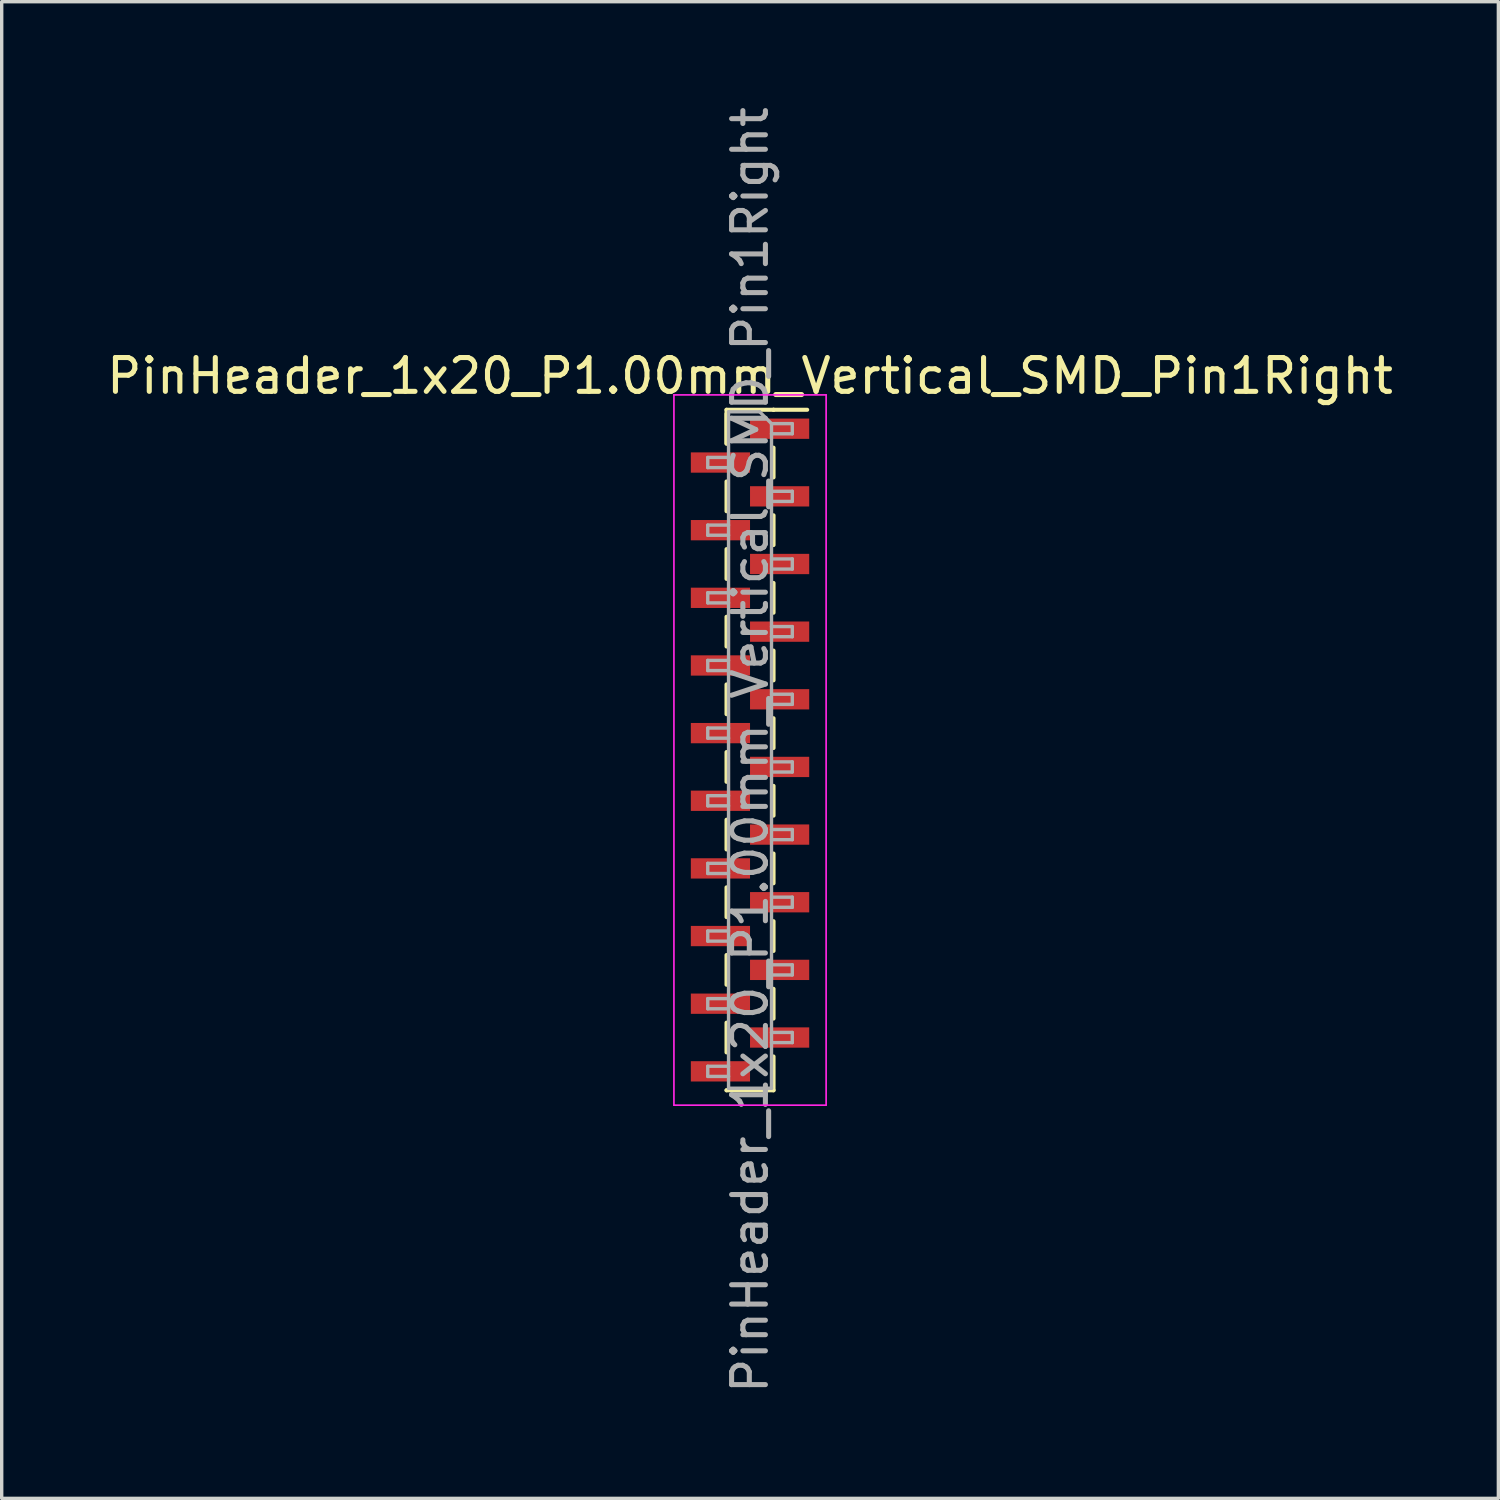
<source format=kicad_pcb>
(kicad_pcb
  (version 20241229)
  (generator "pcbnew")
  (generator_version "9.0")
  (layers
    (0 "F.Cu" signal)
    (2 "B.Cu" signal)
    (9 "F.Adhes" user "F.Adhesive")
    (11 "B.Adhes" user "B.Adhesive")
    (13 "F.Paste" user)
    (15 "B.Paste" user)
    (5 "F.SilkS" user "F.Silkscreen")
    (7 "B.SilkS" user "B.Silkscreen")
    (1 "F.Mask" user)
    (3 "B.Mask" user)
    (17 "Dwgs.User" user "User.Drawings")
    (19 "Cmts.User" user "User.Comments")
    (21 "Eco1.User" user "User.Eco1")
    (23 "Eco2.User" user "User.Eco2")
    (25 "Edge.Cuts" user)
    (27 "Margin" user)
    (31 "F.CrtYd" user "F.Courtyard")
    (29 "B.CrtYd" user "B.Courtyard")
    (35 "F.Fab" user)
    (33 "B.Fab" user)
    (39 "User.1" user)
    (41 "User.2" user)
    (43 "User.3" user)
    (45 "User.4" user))
  (footprint "PinHeader_1x20_P1.00mm_Vertical_SMD_Pin1Right"
    (layer "F.Cu")
    (at 19.125 19.125)
    (property "Reference" "PinHeader_1x20_P1.00mm_Vertical_SMD_Pin1Right" (at 0 -11.06 0) (layer "F.SilkS") (effects (font (size 1 1) (thickness 0.15))))
    (attr smd)
    (fp_line (start -0.695 -10.06) (end -0.695 -9.06) (stroke (width 0.12) (type solid)) (layer "F.SilkS"))
    (fp_line (start -0.695 -10.06) (end 0.695 -10.06) (stroke (width 0.12) (type solid)) (layer "F.SilkS"))
    (fp_line (start -0.695 -9.94) (end -0.695 -9.06) (stroke (width 0.12) (type solid)) (layer "F.SilkS"))
    (fp_line (start -0.695 -7.94) (end -0.695 -7.06) (stroke (width 0.12) (type solid)) (layer "F.SilkS"))
    (fp_line (start -0.695 -5.94) (end -0.695 -5.06) (stroke (width 0.12) (type solid)) (layer "F.SilkS"))
    (fp_line (start -0.695 -3.94) (end -0.695 -3.06) (stroke (width 0.12) (type solid)) (layer "F.SilkS"))
    (fp_line (start -0.695 -1.94) (end -0.695 -1.06) (stroke (width 0.12) (type solid)) (layer "F.SilkS"))
    (fp_line (start -0.695 0.06) (end -0.695 0.94) (stroke (width 0.12) (type solid)) (layer "F.SilkS"))
    (fp_line (start -0.695 2.06) (end -0.695 2.94) (stroke (width 0.12) (type solid)) (layer "F.SilkS"))
    (fp_line (start -0.695 4.06) (end -0.695 4.94) (stroke (width 0.12) (type solid)) (layer "F.SilkS"))
    (fp_line (start -0.695 6.06) (end -0.695 6.94) (stroke (width 0.12) (type solid)) (layer "F.SilkS"))
    (fp_line (start -0.695 8.06) (end -0.695 8.94) (stroke (width 0.12) (type solid)) (layer "F.SilkS"))
    (fp_line (start -0.695 10.06) (end -0.695 10.06) (stroke (width 0.12) (type solid)) (layer "F.SilkS"))
    (fp_line (start -0.695 10.06) (end 0.695 10.06) (stroke (width 0.12) (type solid)) (layer "F.SilkS"))
    (fp_line (start 0.695 -10.06) (end 0.695 -10.06) (stroke (width 0.12) (type solid)) (layer "F.SilkS"))
    (fp_line (start 0.695 -10.06) (end 1.69 -10.06) (stroke (width 0.12) (type solid)) (layer "F.SilkS"))
    (fp_line (start 0.695 -8.94) (end 0.695 -8.06) (stroke (width 0.12) (type solid)) (layer "F.SilkS"))
    (fp_line (start 0.695 -6.94) (end 0.695 -6.06) (stroke (width 0.12) (type solid)) (layer "F.SilkS"))
    (fp_line (start 0.695 -4.94) (end 0.695 -4.06) (stroke (width 0.12) (type solid)) (layer "F.SilkS"))
    (fp_line (start 0.695 -2.94) (end 0.695 -2.06) (stroke (width 0.12) (type solid)) (layer "F.SilkS"))
    (fp_line (start 0.695 -0.94) (end 0.695 -0.06) (stroke (width 0.12) (type solid)) (layer "F.SilkS"))
    (fp_line (start 0.695 1.06) (end 0.695 1.94) (stroke (width 0.12) (type solid)) (layer "F.SilkS"))
    (fp_line (start 0.695 3.06) (end 0.695 3.94) (stroke (width 0.12) (type solid)) (layer "F.SilkS"))
    (fp_line (start 0.695 5.06) (end 0.695 5.94) (stroke (width 0.12) (type solid)) (layer "F.SilkS"))
    (fp_line (start 0.695 7.06) (end 0.695 7.94) (stroke (width 0.12) (type solid)) (layer "F.SilkS"))
    (fp_line (start 0.695 9.06) (end 0.695 10.06) (stroke (width 0.12) (type solid)) (layer "F.SilkS"))
    (fp_line (start -2.25 -10.5) (end -2.25 10.5) (stroke (width 0.05) (type solid)) (layer "F.CrtYd"))
    (fp_line (start -2.25 10.5) (end 2.25 10.5) (stroke (width 0.05) (type solid)) (layer "F.CrtYd"))
    (fp_line (start 2.25 -10.5) (end -2.25 -10.5) (stroke (width 0.05) (type solid)) (layer "F.CrtYd"))
    (fp_line (start 2.25 10.5) (end 2.25 -10.5) (stroke (width 0.05) (type solid)) (layer "F.CrtYd"))
    (fp_line (start -1.25 -8.65) (end -1.25 -8.35) (stroke (width 0.1) (type solid)) (layer "F.Fab"))
    (fp_line (start -1.25 -8.35) (end -0.635 -8.35) (stroke (width 0.1) (type solid)) (layer "F.Fab"))
    (fp_line (start -1.25 -6.65) (end -1.25 -6.35) (stroke (width 0.1) (type solid)) (layer "F.Fab"))
    (fp_line (start -1.25 -6.35) (end -0.635 -6.35) (stroke (width 0.1) (type solid)) (layer "F.Fab"))
    (fp_line (start -1.25 -4.65) (end -1.25 -4.35) (stroke (width 0.1) (type solid)) (layer "F.Fab"))
    (fp_line (start -1.25 -4.35) (end -0.635 -4.35) (stroke (width 0.1) (type solid)) (layer "F.Fab"))
    (fp_line (start -1.25 -2.65) (end -1.25 -2.35) (stroke (width 0.1) (type solid)) (layer "F.Fab"))
    (fp_line (start -1.25 -2.35) (end -0.635 -2.35) (stroke (width 0.1) (type solid)) (layer "F.Fab"))
    (fp_line (start -1.25 -0.65) (end -1.25 -0.35) (stroke (width 0.1) (type solid)) (layer "F.Fab"))
    (fp_line (start -1.25 -0.35) (end -0.635 -0.35) (stroke (width 0.1) (type solid)) (layer "F.Fab"))
    (fp_line (start -1.25 1.35) (end -1.25 1.65) (stroke (width 0.1) (type solid)) (layer "F.Fab"))
    (fp_line (start -1.25 1.65) (end -0.635 1.65) (stroke (width 0.1) (type solid)) (layer "F.Fab"))
    (fp_line (start -1.25 3.35) (end -1.25 3.65) (stroke (width 0.1) (type solid)) (layer "F.Fab"))
    (fp_line (start -1.25 3.65) (end -0.635 3.65) (stroke (width 0.1) (type solid)) (layer "F.Fab"))
    (fp_line (start -1.25 5.35) (end -1.25 5.65) (stroke (width 0.1) (type solid)) (layer "F.Fab"))
    (fp_line (start -1.25 5.65) (end -0.635 5.65) (stroke (width 0.1) (type solid)) (layer "F.Fab"))
    (fp_line (start -1.25 7.35) (end -1.25 7.65) (stroke (width 0.1) (type solid)) (layer "F.Fab"))
    (fp_line (start -1.25 7.65) (end -0.635 7.65) (stroke (width 0.1) (type solid)) (layer "F.Fab"))
    (fp_line (start -1.25 9.35) (end -1.25 9.65) (stroke (width 0.1) (type solid)) (layer "F.Fab"))
    (fp_line (start -1.25 9.65) (end -0.635 9.65) (stroke (width 0.1) (type solid)) (layer "F.Fab"))
    (fp_line (start -0.635 -10) (end -0.635 10) (stroke (width 0.1) (type solid)) (layer "F.Fab"))
    (fp_line (start -0.635 -10) (end 0.285 -10) (stroke (width 0.1) (type solid)) (layer "F.Fab"))
    (fp_line (start -0.635 -8.65) (end -1.25 -8.65) (stroke (width 0.1) (type solid)) (layer "F.Fab"))
    (fp_line (start -0.635 -6.65) (end -1.25 -6.65) (stroke (width 0.1) (type solid)) (layer "F.Fab"))
    (fp_line (start -0.635 -4.65) (end -1.25 -4.65) (stroke (width 0.1) (type solid)) (layer "F.Fab"))
    (fp_line (start -0.635 -2.65) (end -1.25 -2.65) (stroke (width 0.1) (type solid)) (layer "F.Fab"))
    (fp_line (start -0.635 -0.65) (end -1.25 -0.65) (stroke (width 0.1) (type solid)) (layer "F.Fab"))
    (fp_line (start -0.635 1.35) (end -1.25 1.35) (stroke (width 0.1) (type solid)) (layer "F.Fab"))
    (fp_line (start -0.635 3.35) (end -1.25 3.35) (stroke (width 0.1) (type solid)) (layer "F.Fab"))
    (fp_line (start -0.635 5.35) (end -1.25 5.35) (stroke (width 0.1) (type solid)) (layer "F.Fab"))
    (fp_line (start -0.635 7.35) (end -1.25 7.35) (stroke (width 0.1) (type solid)) (layer "F.Fab"))
    (fp_line (start -0.635 9.35) (end -1.25 9.35) (stroke (width 0.1) (type solid)) (layer "F.Fab"))
    (fp_line (start 0.635 -9.65) (end 0.285 -10) (stroke (width 0.1) (type solid)) (layer "F.Fab"))
    (fp_line (start 0.635 -9.65) (end 1.25 -9.65) (stroke (width 0.1) (type solid)) (layer "F.Fab"))
    (fp_line (start 0.635 -7.65) (end 1.25 -7.65) (stroke (width 0.1) (type solid)) (layer "F.Fab"))
    (fp_line (start 0.635 -5.65) (end 1.25 -5.65) (stroke (width 0.1) (type solid)) (layer "F.Fab"))
    (fp_line (start 0.635 -3.65) (end 1.25 -3.65) (stroke (width 0.1) (type solid)) (layer "F.Fab"))
    (fp_line (start 0.635 -1.65) (end 1.25 -1.65) (stroke (width 0.1) (type solid)) (layer "F.Fab"))
    (fp_line (start 0.635 0.35) (end 1.25 0.35) (stroke (width 0.1) (type solid)) (layer "F.Fab"))
    (fp_line (start 0.635 2.35) (end 1.25 2.35) (stroke (width 0.1) (type solid)) (layer "F.Fab"))
    (fp_line (start 0.635 4.35) (end 1.25 4.35) (stroke (width 0.1) (type solid)) (layer "F.Fab"))
    (fp_line (start 0.635 6.35) (end 1.25 6.35) (stroke (width 0.1) (type solid)) (layer "F.Fab"))
    (fp_line (start 0.635 8.35) (end 1.25 8.35) (stroke (width 0.1) (type solid)) (layer "F.Fab"))
    (fp_line (start 0.635 10) (end -0.635 10) (stroke (width 0.1) (type solid)) (layer "F.Fab"))
    (fp_line (start 0.635 10) (end 0.635 -9.65) (stroke (width 0.1) (type solid)) (layer "F.Fab"))
    (fp_line (start 1.25 -9.65) (end 1.25 -9.35) (stroke (width 0.1) (type solid)) (layer "F.Fab"))
    (fp_line (start 1.25 -9.35) (end 0.635 -9.35) (stroke (width 0.1) (type solid)) (layer "F.Fab"))
    (fp_line (start 1.25 -7.65) (end 1.25 -7.35) (stroke (width 0.1) (type solid)) (layer "F.Fab"))
    (fp_line (start 1.25 -7.35) (end 0.635 -7.35) (stroke (width 0.1) (type solid)) (layer "F.Fab"))
    (fp_line (start 1.25 -5.65) (end 1.25 -5.35) (stroke (width 0.1) (type solid)) (layer "F.Fab"))
    (fp_line (start 1.25 -5.35) (end 0.635 -5.35) (stroke (width 0.1) (type solid)) (layer "F.Fab"))
    (fp_line (start 1.25 -3.65) (end 1.25 -3.35) (stroke (width 0.1) (type solid)) (layer "F.Fab"))
    (fp_line (start 1.25 -3.35) (end 0.635 -3.35) (stroke (width 0.1) (type solid)) (layer "F.Fab"))
    (fp_line (start 1.25 -1.65) (end 1.25 -1.35) (stroke (width 0.1) (type solid)) (layer "F.Fab"))
    (fp_line (start 1.25 -1.35) (end 0.635 -1.35) (stroke (width 0.1) (type solid)) (layer "F.Fab"))
    (fp_line (start 1.25 0.35) (end 1.25 0.65) (stroke (width 0.1) (type solid)) (layer "F.Fab"))
    (fp_line (start 1.25 0.65) (end 0.635 0.65) (stroke (width 0.1) (type solid)) (layer "F.Fab"))
    (fp_line (start 1.25 2.35) (end 1.25 2.65) (stroke (width 0.1) (type solid)) (layer "F.Fab"))
    (fp_line (start 1.25 2.65) (end 0.635 2.65) (stroke (width 0.1) (type solid)) (layer "F.Fab"))
    (fp_line (start 1.25 4.35) (end 1.25 4.65) (stroke (width 0.1) (type solid)) (layer "F.Fab"))
    (fp_line (start 1.25 4.65) (end 0.635 4.65) (stroke (width 0.1) (type solid)) (layer "F.Fab"))
    (fp_line (start 1.25 6.35) (end 1.25 6.65) (stroke (width 0.1) (type solid)) (layer "F.Fab"))
    (fp_line (start 1.25 6.65) (end 0.635 6.65) (stroke (width 0.1) (type solid)) (layer "F.Fab"))
    (fp_line (start 1.25 8.35) (end 1.25 8.65) (stroke (width 0.1) (type solid)) (layer "F.Fab"))
    (fp_line (start 1.25 8.65) (end 0.635 8.65) (stroke (width 0.1) (type solid)) (layer "F.Fab"))
    (fp_text user "${REFERENCE}" (at 0 0 90) (layer "F.Fab") (effects (font (size 1 1) (thickness 0.15))))
    (pad "1" smd rect (at 0.875 -9.5) (size 1.75 0.6) (layers "F.Cu" "F.Mask" "F.Paste"))
    (pad "2" smd rect (at -0.875 -8.5) (size 1.75 0.6) (layers "F.Cu" "F.Mask" "F.Paste"))
    (pad "3" smd rect (at 0.875 -7.5) (size 1.75 0.6) (layers "F.Cu" "F.Mask" "F.Paste"))
    (pad "4" smd rect (at -0.875 -6.5) (size 1.75 0.6) (layers "F.Cu" "F.Mask" "F.Paste"))
    (pad "5" smd rect (at 0.875 -5.5) (size 1.75 0.6) (layers "F.Cu" "F.Mask" "F.Paste"))
    (pad "6" smd rect (at -0.875 -4.5) (size 1.75 0.6) (layers "F.Cu" "F.Mask" "F.Paste"))
    (pad "7" smd rect (at 0.875 -3.5) (size 1.75 0.6) (layers "F.Cu" "F.Mask" "F.Paste"))
    (pad "8" smd rect (at -0.875 -2.5) (size 1.75 0.6) (layers "F.Cu" "F.Mask" "F.Paste"))
    (pad "9" smd rect (at 0.875 -1.5) (size 1.75 0.6) (layers "F.Cu" "F.Mask" "F.Paste"))
    (pad "10" smd rect (at -0.875 -0.5) (size 1.75 0.6) (layers "F.Cu" "F.Mask" "F.Paste"))
    (pad "11" smd rect (at 0.875 0.5) (size 1.75 0.6) (layers "F.Cu" "F.Mask" "F.Paste"))
    (pad "12" smd rect (at -0.875 1.5) (size 1.75 0.6) (layers "F.Cu" "F.Mask" "F.Paste"))
    (pad "13" smd rect (at 0.875 2.5) (size 1.75 0.6) (layers "F.Cu" "F.Mask" "F.Paste"))
    (pad "14" smd rect (at -0.875 3.5) (size 1.75 0.6) (layers "F.Cu" "F.Mask" "F.Paste"))
    (pad "15" smd rect (at 0.875 4.5) (size 1.75 0.6) (layers "F.Cu" "F.Mask" "F.Paste"))
    (pad "16" smd rect (at -0.875 5.5) (size 1.75 0.6) (layers "F.Cu" "F.Mask" "F.Paste"))
    (pad "17" smd rect (at 0.875 6.5) (size 1.75 0.6) (layers "F.Cu" "F.Mask" "F.Paste"))
    (pad "18" smd rect (at -0.875 7.5) (size 1.75 0.6) (layers "F.Cu" "F.Mask" "F.Paste"))
    (pad "19" smd rect (at 0.875 8.5) (size 1.75 0.6) (layers "F.Cu" "F.Mask" "F.Paste"))
    (pad "20" smd rect (at -0.875 9.5) (size 1.75 0.6) (layers "F.Cu" "F.Mask" "F.Paste")))
  (gr_rect
    (start -3 -3)
    (end 41.25 41.25)
    (stroke (width 0.1) (type default))
    (fill no)
    (layer "Edge.Cuts")))
</source>
